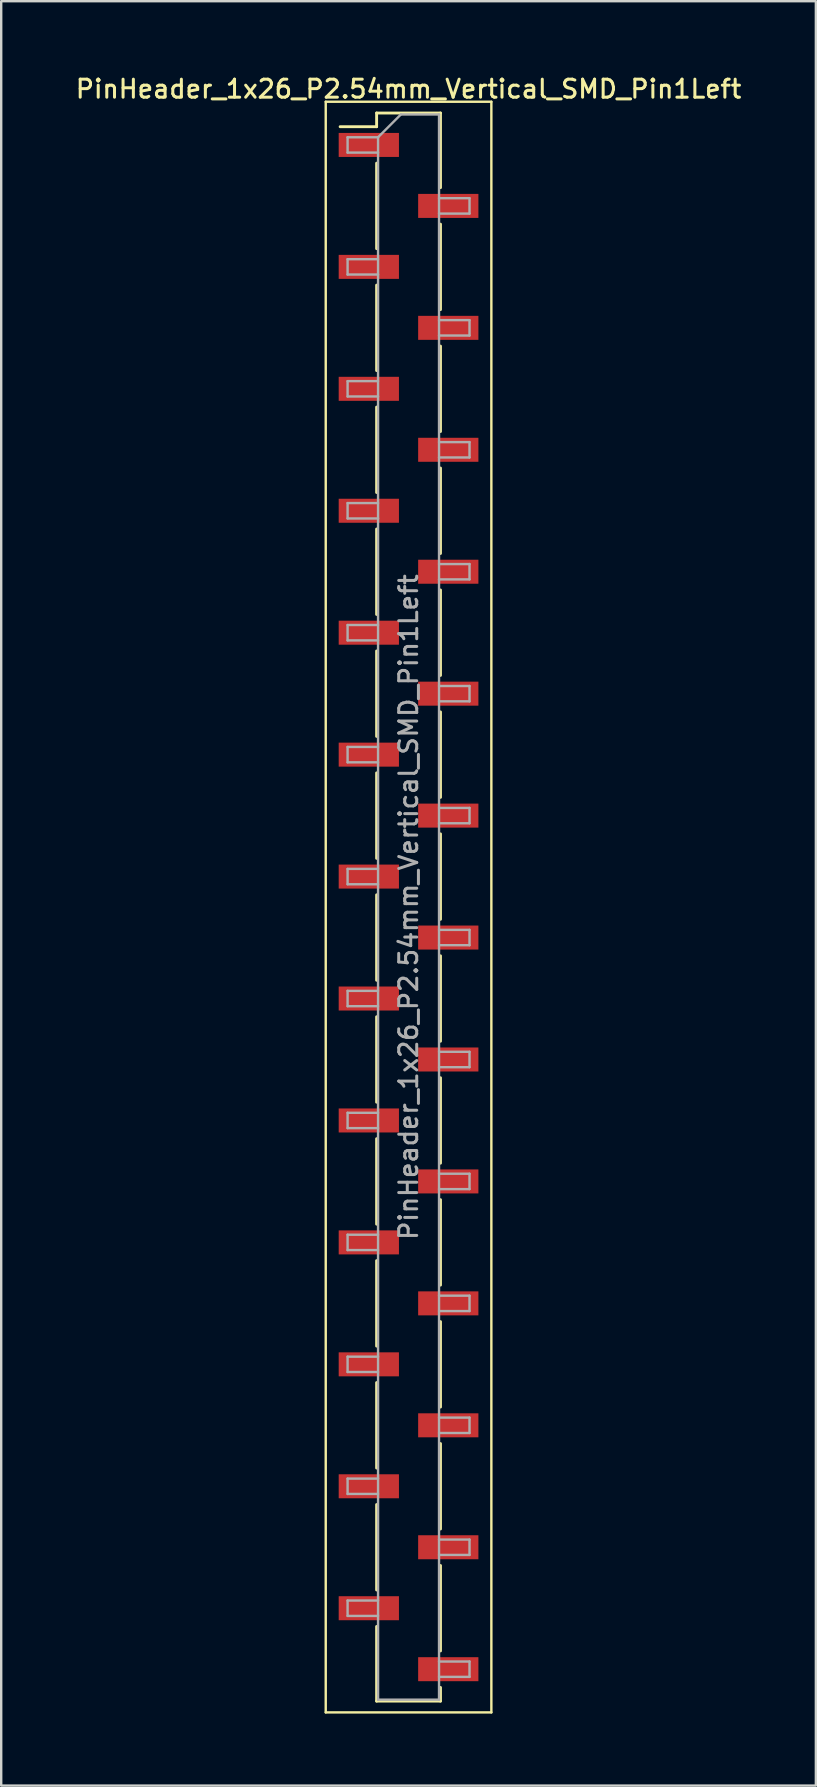
<source format=kicad_pcb>
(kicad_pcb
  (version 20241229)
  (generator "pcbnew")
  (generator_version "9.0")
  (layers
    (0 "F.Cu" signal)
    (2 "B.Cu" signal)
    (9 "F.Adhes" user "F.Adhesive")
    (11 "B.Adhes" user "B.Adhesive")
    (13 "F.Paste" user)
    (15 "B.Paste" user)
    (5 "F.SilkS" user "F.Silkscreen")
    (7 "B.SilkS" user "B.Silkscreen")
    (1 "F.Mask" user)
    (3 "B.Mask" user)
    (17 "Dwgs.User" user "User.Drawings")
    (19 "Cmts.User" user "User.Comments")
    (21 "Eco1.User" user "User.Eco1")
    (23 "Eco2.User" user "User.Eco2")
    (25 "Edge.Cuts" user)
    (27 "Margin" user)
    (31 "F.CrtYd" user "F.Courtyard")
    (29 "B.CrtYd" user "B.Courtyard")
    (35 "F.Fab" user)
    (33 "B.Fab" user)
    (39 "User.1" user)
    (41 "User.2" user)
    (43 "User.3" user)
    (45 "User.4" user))
  (footprint "PinHeader_1x26_P2.54mm_Vertical_SMD_Pin1Left"
    (layer "F.Cu")
    (at 13.97 34.738)
    (property "Reference" "PinHeader_1x26_P2.54mm_Vertical_SMD_Pin1Left" (at 0 -34.08 0) (layer "F.SilkS") (effects (font (size 0.75 0.75) (thickness 0.125))))
    (attr smd)
    (fp_line (start -3.45 -33.55) (end -3.45 33.55) (stroke (width 0.1) (type solid)) (layer "F.SilkS"))
    (fp_line (start -3.45 33.55) (end 3.45 33.55) (stroke (width 0.1) (type solid)) (layer "F.SilkS"))
    (fp_line (start -1.33 -33.08) (end -1.33 -32.51) (stroke (width 0.12) (type solid)) (layer "F.SilkS"))
    (fp_line (start -1.33 -33.08) (end 1.33 -33.08) (stroke (width 0.12) (type solid)) (layer "F.SilkS"))
    (fp_line (start -1.33 -32.51) (end -2.85 -32.51) (stroke (width 0.12) (type solid)) (layer "F.SilkS"))
    (fp_line (start -1.33 -30.99) (end -1.33 -27.43) (stroke (width 0.12) (type solid)) (layer "F.SilkS"))
    (fp_line (start -1.33 -25.91) (end -1.33 -22.35) (stroke (width 0.12) (type solid)) (layer "F.SilkS"))
    (fp_line (start -1.33 -20.83) (end -1.33 -17.27) (stroke (width 0.12) (type solid)) (layer "F.SilkS"))
    (fp_line (start -1.33 -15.75) (end -1.33 -12.19) (stroke (width 0.12) (type solid)) (layer "F.SilkS"))
    (fp_line (start -1.33 -10.67) (end -1.33 -7.11) (stroke (width 0.12) (type solid)) (layer "F.SilkS"))
    (fp_line (start -1.33 -5.59) (end -1.33 -2.03) (stroke (width 0.12) (type solid)) (layer "F.SilkS"))
    (fp_line (start -1.33 -0.51) (end -1.33 3.05) (stroke (width 0.12) (type solid)) (layer "F.SilkS"))
    (fp_line (start -1.33 4.57) (end -1.33 8.13) (stroke (width 0.12) (type solid)) (layer "F.SilkS"))
    (fp_line (start -1.33 9.65) (end -1.33 13.21) (stroke (width 0.12) (type solid)) (layer "F.SilkS"))
    (fp_line (start -1.33 14.73) (end -1.33 18.29) (stroke (width 0.12) (type solid)) (layer "F.SilkS"))
    (fp_line (start -1.33 19.81) (end -1.33 23.37) (stroke (width 0.12) (type solid)) (layer "F.SilkS"))
    (fp_line (start -1.33 24.89) (end -1.33 28.45) (stroke (width 0.12) (type solid)) (layer "F.SilkS"))
    (fp_line (start -1.33 29.97) (end -1.33 33.08) (stroke (width 0.12) (type solid)) (layer "F.SilkS"))
    (fp_line (start -1.33 33.08) (end 1.33 33.08) (stroke (width 0.12) (type solid)) (layer "F.SilkS"))
    (fp_line (start 1.33 -33.08) (end 1.33 -29.97) (stroke (width 0.12) (type solid)) (layer "F.SilkS"))
    (fp_line (start 1.33 -28.45) (end 1.33 -24.89) (stroke (width 0.12) (type solid)) (layer "F.SilkS"))
    (fp_line (start 1.33 -23.37) (end 1.33 -19.81) (stroke (width 0.12) (type solid)) (layer "F.SilkS"))
    (fp_line (start 1.33 -18.29) (end 1.33 -14.73) (stroke (width 0.12) (type solid)) (layer "F.SilkS"))
    (fp_line (start 1.33 -13.21) (end 1.33 -9.65) (stroke (width 0.12) (type solid)) (layer "F.SilkS"))
    (fp_line (start 1.33 -8.13) (end 1.33 -4.57) (stroke (width 0.12) (type solid)) (layer "F.SilkS"))
    (fp_line (start 1.33 -3.05) (end 1.33 0.51) (stroke (width 0.12) (type solid)) (layer "F.SilkS"))
    (fp_line (start 1.33 2.03) (end 1.33 5.59) (stroke (width 0.12) (type solid)) (layer "F.SilkS"))
    (fp_line (start 1.33 7.11) (end 1.33 10.67) (stroke (width 0.12) (type solid)) (layer "F.SilkS"))
    (fp_line (start 1.33 12.19) (end 1.33 15.75) (stroke (width 0.12) (type solid)) (layer "F.SilkS"))
    (fp_line (start 1.33 17.27) (end 1.33 20.83) (stroke (width 0.12) (type solid)) (layer "F.SilkS"))
    (fp_line (start 1.33 22.35) (end 1.33 25.91) (stroke (width 0.12) (type solid)) (layer "F.SilkS"))
    (fp_line (start 1.33 27.43) (end 1.33 30.99) (stroke (width 0.12) (type solid)) (layer "F.SilkS"))
    (fp_line (start 1.33 32.51) (end 1.33 33.08) (stroke (width 0.12) (type solid)) (layer "F.SilkS"))
    (fp_line (start 3.45 -33.55) (end -3.45 -33.55) (stroke (width 0.1) (type solid)) (layer "F.SilkS"))
    (fp_line (start 3.45 33.55) (end 3.45 -33.55) (stroke (width 0.1) (type solid)) (layer "F.SilkS"))
    (fp_line (start -2.54 -32.07) (end -2.54 -31.43) (stroke (width 0.1) (type solid)) (layer "F.Fab"))
    (fp_line (start -2.54 -31.43) (end -1.27 -31.43) (stroke (width 0.1) (type solid)) (layer "F.Fab"))
    (fp_line (start -2.54 -26.99) (end -2.54 -26.35) (stroke (width 0.1) (type solid)) (layer "F.Fab"))
    (fp_line (start -2.54 -26.35) (end -1.27 -26.35) (stroke (width 0.1) (type solid)) (layer "F.Fab"))
    (fp_line (start -2.54 -21.91) (end -2.54 -21.27) (stroke (width 0.1) (type solid)) (layer "F.Fab"))
    (fp_line (start -2.54 -21.27) (end -1.27 -21.27) (stroke (width 0.1) (type solid)) (layer "F.Fab"))
    (fp_line (start -2.54 -16.83) (end -2.54 -16.19) (stroke (width 0.1) (type solid)) (layer "F.Fab"))
    (fp_line (start -2.54 -16.19) (end -1.27 -16.19) (stroke (width 0.1) (type solid)) (layer "F.Fab"))
    (fp_line (start -2.54 -11.75) (end -2.54 -11.11) (stroke (width 0.1) (type solid)) (layer "F.Fab"))
    (fp_line (start -2.54 -11.11) (end -1.27 -11.11) (stroke (width 0.1) (type solid)) (layer "F.Fab"))
    (fp_line (start -2.54 -6.67) (end -2.54 -6.03) (stroke (width 0.1) (type solid)) (layer "F.Fab"))
    (fp_line (start -2.54 -6.03) (end -1.27 -6.03) (stroke (width 0.1) (type solid)) (layer "F.Fab"))
    (fp_line (start -2.54 -1.59) (end -2.54 -0.95) (stroke (width 0.1) (type solid)) (layer "F.Fab"))
    (fp_line (start -2.54 -0.95) (end -1.27 -0.95) (stroke (width 0.1) (type solid)) (layer "F.Fab"))
    (fp_line (start -2.54 3.49) (end -2.54 4.13) (stroke (width 0.1) (type solid)) (layer "F.Fab"))
    (fp_line (start -2.54 4.13) (end -1.27 4.13) (stroke (width 0.1) (type solid)) (layer "F.Fab"))
    (fp_line (start -2.54 8.57) (end -2.54 9.21) (stroke (width 0.1) (type solid)) (layer "F.Fab"))
    (fp_line (start -2.54 9.21) (end -1.27 9.21) (stroke (width 0.1) (type solid)) (layer "F.Fab"))
    (fp_line (start -2.54 13.65) (end -2.54 14.29) (stroke (width 0.1) (type solid)) (layer "F.Fab"))
    (fp_line (start -2.54 14.29) (end -1.27 14.29) (stroke (width 0.1) (type solid)) (layer "F.Fab"))
    (fp_line (start -2.54 18.73) (end -2.54 19.37) (stroke (width 0.1) (type solid)) (layer "F.Fab"))
    (fp_line (start -2.54 19.37) (end -1.27 19.37) (stroke (width 0.1) (type solid)) (layer "F.Fab"))
    (fp_line (start -2.54 23.81) (end -2.54 24.45) (stroke (width 0.1) (type solid)) (layer "F.Fab"))
    (fp_line (start -2.54 24.45) (end -1.27 24.45) (stroke (width 0.1) (type solid)) (layer "F.Fab"))
    (fp_line (start -2.54 28.89) (end -2.54 29.53) (stroke (width 0.1) (type solid)) (layer "F.Fab"))
    (fp_line (start -2.54 29.53) (end -1.27 29.53) (stroke (width 0.1) (type solid)) (layer "F.Fab"))
    (fp_line (start -1.27 -32.07) (end -2.54 -32.07) (stroke (width 0.1) (type solid)) (layer "F.Fab"))
    (fp_line (start -1.27 -32.07) (end -0.32 -33.02) (stroke (width 0.1) (type solid)) (layer "F.Fab"))
    (fp_line (start -1.27 -26.99) (end -2.54 -26.99) (stroke (width 0.1) (type solid)) (layer "F.Fab"))
    (fp_line (start -1.27 -21.91) (end -2.54 -21.91) (stroke (width 0.1) (type solid)) (layer "F.Fab"))
    (fp_line (start -1.27 -16.83) (end -2.54 -16.83) (stroke (width 0.1) (type solid)) (layer "F.Fab"))
    (fp_line (start -1.27 -11.75) (end -2.54 -11.75) (stroke (width 0.1) (type solid)) (layer "F.Fab"))
    (fp_line (start -1.27 -6.67) (end -2.54 -6.67) (stroke (width 0.1) (type solid)) (layer "F.Fab"))
    (fp_line (start -1.27 -1.59) (end -2.54 -1.59) (stroke (width 0.1) (type solid)) (layer "F.Fab"))
    (fp_line (start -1.27 3.49) (end -2.54 3.49) (stroke (width 0.1) (type solid)) (layer "F.Fab"))
    (fp_line (start -1.27 8.57) (end -2.54 8.57) (stroke (width 0.1) (type solid)) (layer "F.Fab"))
    (fp_line (start -1.27 13.65) (end -2.54 13.65) (stroke (width 0.1) (type solid)) (layer "F.Fab"))
    (fp_line (start -1.27 18.73) (end -2.54 18.73) (stroke (width 0.1) (type solid)) (layer "F.Fab"))
    (fp_line (start -1.27 23.81) (end -2.54 23.81) (stroke (width 0.1) (type solid)) (layer "F.Fab"))
    (fp_line (start -1.27 28.89) (end -2.54 28.89) (stroke (width 0.1) (type solid)) (layer "F.Fab"))
    (fp_line (start -1.27 33.02) (end -1.27 -32.07) (stroke (width 0.1) (type solid)) (layer "F.Fab"))
    (fp_line (start -0.32 -33.02) (end 1.27 -33.02) (stroke (width 0.1) (type solid)) (layer "F.Fab"))
    (fp_line (start 1.27 -33.02) (end 1.27 33.02) (stroke (width 0.1) (type solid)) (layer "F.Fab"))
    (fp_line (start 1.27 -29.53) (end 2.54 -29.53) (stroke (width 0.1) (type solid)) (layer "F.Fab"))
    (fp_line (start 1.27 -24.45) (end 2.54 -24.45) (stroke (width 0.1) (type solid)) (layer "F.Fab"))
    (fp_line (start 1.27 -19.37) (end 2.54 -19.37) (stroke (width 0.1) (type solid)) (layer "F.Fab"))
    (fp_line (start 1.27 -14.29) (end 2.54 -14.29) (stroke (width 0.1) (type solid)) (layer "F.Fab"))
    (fp_line (start 1.27 -9.21) (end 2.54 -9.21) (stroke (width 0.1) (type solid)) (layer "F.Fab"))
    (fp_line (start 1.27 -4.13) (end 2.54 -4.13) (stroke (width 0.1) (type solid)) (layer "F.Fab"))
    (fp_line (start 1.27 0.95) (end 2.54 0.95) (stroke (width 0.1) (type solid)) (layer "F.Fab"))
    (fp_line (start 1.27 6.03) (end 2.54 6.03) (stroke (width 0.1) (type solid)) (layer "F.Fab"))
    (fp_line (start 1.27 11.11) (end 2.54 11.11) (stroke (width 0.1) (type solid)) (layer "F.Fab"))
    (fp_line (start 1.27 16.19) (end 2.54 16.19) (stroke (width 0.1) (type solid)) (layer "F.Fab"))
    (fp_line (start 1.27 21.27) (end 2.54 21.27) (stroke (width 0.1) (type solid)) (layer "F.Fab"))
    (fp_line (start 1.27 26.35) (end 2.54 26.35) (stroke (width 0.1) (type solid)) (layer "F.Fab"))
    (fp_line (start 1.27 31.43) (end 2.54 31.43) (stroke (width 0.1) (type solid)) (layer "F.Fab"))
    (fp_line (start 1.27 33.02) (end -1.27 33.02) (stroke (width 0.1) (type solid)) (layer "F.Fab"))
    (fp_line (start 2.54 -29.53) (end 2.54 -28.89) (stroke (width 0.1) (type solid)) (layer "F.Fab"))
    (fp_line (start 2.54 -28.89) (end 1.27 -28.89) (stroke (width 0.1) (type solid)) (layer "F.Fab"))
    (fp_line (start 2.54 -24.45) (end 2.54 -23.81) (stroke (width 0.1) (type solid)) (layer "F.Fab"))
    (fp_line (start 2.54 -23.81) (end 1.27 -23.81) (stroke (width 0.1) (type solid)) (layer "F.Fab"))
    (fp_line (start 2.54 -19.37) (end 2.54 -18.73) (stroke (width 0.1) (type solid)) (layer "F.Fab"))
    (fp_line (start 2.54 -18.73) (end 1.27 -18.73) (stroke (width 0.1) (type solid)) (layer "F.Fab"))
    (fp_line (start 2.54 -14.29) (end 2.54 -13.65) (stroke (width 0.1) (type solid)) (layer "F.Fab"))
    (fp_line (start 2.54 -13.65) (end 1.27 -13.65) (stroke (width 0.1) (type solid)) (layer "F.Fab"))
    (fp_line (start 2.54 -9.21) (end 2.54 -8.57) (stroke (width 0.1) (type solid)) (layer "F.Fab"))
    (fp_line (start 2.54 -8.57) (end 1.27 -8.57) (stroke (width 0.1) (type solid)) (layer "F.Fab"))
    (fp_line (start 2.54 -4.13) (end 2.54 -3.49) (stroke (width 0.1) (type solid)) (layer "F.Fab"))
    (fp_line (start 2.54 -3.49) (end 1.27 -3.49) (stroke (width 0.1) (type solid)) (layer "F.Fab"))
    (fp_line (start 2.54 0.95) (end 2.54 1.59) (stroke (width 0.1) (type solid)) (layer "F.Fab"))
    (fp_line (start 2.54 1.59) (end 1.27 1.59) (stroke (width 0.1) (type solid)) (layer "F.Fab"))
    (fp_line (start 2.54 6.03) (end 2.54 6.67) (stroke (width 0.1) (type solid)) (layer "F.Fab"))
    (fp_line (start 2.54 6.67) (end 1.27 6.67) (stroke (width 0.1) (type solid)) (layer "F.Fab"))
    (fp_line (start 2.54 11.11) (end 2.54 11.75) (stroke (width 0.1) (type solid)) (layer "F.Fab"))
    (fp_line (start 2.54 11.75) (end 1.27 11.75) (stroke (width 0.1) (type solid)) (layer "F.Fab"))
    (fp_line (start 2.54 16.19) (end 2.54 16.83) (stroke (width 0.1) (type solid)) (layer "F.Fab"))
    (fp_line (start 2.54 16.83) (end 1.27 16.83) (stroke (width 0.1) (type solid)) (layer "F.Fab"))
    (fp_line (start 2.54 21.27) (end 2.54 21.91) (stroke (width 0.1) (type solid)) (layer "F.Fab"))
    (fp_line (start 2.54 21.91) (end 1.27 21.91) (stroke (width 0.1) (type solid)) (layer "F.Fab"))
    (fp_line (start 2.54 26.35) (end 2.54 26.99) (stroke (width 0.1) (type solid)) (layer "F.Fab"))
    (fp_line (start 2.54 26.99) (end 1.27 26.99) (stroke (width 0.1) (type solid)) (layer "F.Fab"))
    (fp_line (start 2.54 31.43) (end 2.54 32.07) (stroke (width 0.1) (type solid)) (layer "F.Fab"))
    (fp_line (start 2.54 32.07) (end 1.27 32.07) (stroke (width 0.1) (type solid)) (layer "F.Fab"))
    (fp_text user "${REFERENCE}" (at 0 0 90) (layer "F.Fab") (effects (font (size 0.75 0.75) (thickness 0.125))))
    (pad "1" smd rect (at -1.655 -31.75) (size 2.51 1) (layers "F.Cu" "F.Mask" "F.Paste"))
    (pad "2" smd rect (at 1.655 -29.21) (size 2.51 1) (layers "F.Cu" "F.Mask" "F.Paste"))
    (pad "3" smd rect (at -1.655 -26.67) (size 2.51 1) (layers "F.Cu" "F.Mask" "F.Paste"))
    (pad "4" smd rect (at 1.655 -24.13) (size 2.51 1) (layers "F.Cu" "F.Mask" "F.Paste"))
    (pad "5" smd rect (at -1.655 -21.59) (size 2.51 1) (layers "F.Cu" "F.Mask" "F.Paste"))
    (pad "6" smd rect (at 1.655 -19.05) (size 2.51 1) (layers "F.Cu" "F.Mask" "F.Paste"))
    (pad "7" smd rect (at -1.655 -16.51) (size 2.51 1) (layers "F.Cu" "F.Mask" "F.Paste"))
    (pad "8" smd rect (at 1.655 -13.97) (size 2.51 1) (layers "F.Cu" "F.Mask" "F.Paste"))
    (pad "9" smd rect (at -1.655 -11.43) (size 2.51 1) (layers "F.Cu" "F.Mask" "F.Paste"))
    (pad "10" smd rect (at 1.655 -8.89) (size 2.51 1) (layers "F.Cu" "F.Mask" "F.Paste"))
    (pad "11" smd rect (at -1.655 -6.35) (size 2.51 1) (layers "F.Cu" "F.Mask" "F.Paste"))
    (pad "12" smd rect (at 1.655 -3.81) (size 2.51 1) (layers "F.Cu" "F.Mask" "F.Paste"))
    (pad "13" smd rect (at -1.655 -1.27) (size 2.51 1) (layers "F.Cu" "F.Mask" "F.Paste"))
    (pad "14" smd rect (at 1.655 1.27) (size 2.51 1) (layers "F.Cu" "F.Mask" "F.Paste"))
    (pad "15" smd rect (at -1.655 3.81) (size 2.51 1) (layers "F.Cu" "F.Mask" "F.Paste"))
    (pad "16" smd rect (at 1.655 6.35) (size 2.51 1) (layers "F.Cu" "F.Mask" "F.Paste"))
    (pad "17" smd rect (at -1.655 8.89) (size 2.51 1) (layers "F.Cu" "F.Mask" "F.Paste"))
    (pad "18" smd rect (at 1.655 11.43) (size 2.51 1) (layers "F.Cu" "F.Mask" "F.Paste"))
    (pad "19" smd rect (at -1.655 13.97) (size 2.51 1) (layers "F.Cu" "F.Mask" "F.Paste"))
    (pad "20" smd rect (at 1.655 16.51) (size 2.51 1) (layers "F.Cu" "F.Mask" "F.Paste"))
    (pad "21" smd rect (at -1.655 19.05) (size 2.51 1) (layers "F.Cu" "F.Mask" "F.Paste"))
    (pad "22" smd rect (at 1.655 21.59) (size 2.51 1) (layers "F.Cu" "F.Mask" "F.Paste"))
    (pad "23" smd rect (at -1.655 24.13) (size 2.51 1) (layers "F.Cu" "F.Mask" "F.Paste"))
    (pad "24" smd rect (at 1.655 26.67) (size 2.51 1) (layers "F.Cu" "F.Mask" "F.Paste"))
    (pad "25" smd rect (at -1.655 29.21) (size 2.51 1) (layers "F.Cu" "F.Mask" "F.Paste"))
    (pad "26" smd rect (at 1.655 31.75) (size 2.51 1) (layers "F.Cu" "F.Mask" "F.Paste")))
  (gr_rect
    (start -3 -3)
    (end 30.939 71.338)
    (stroke (width 0.1) (type default))
    (fill no)
    (layer "Edge.Cuts")))
</source>
